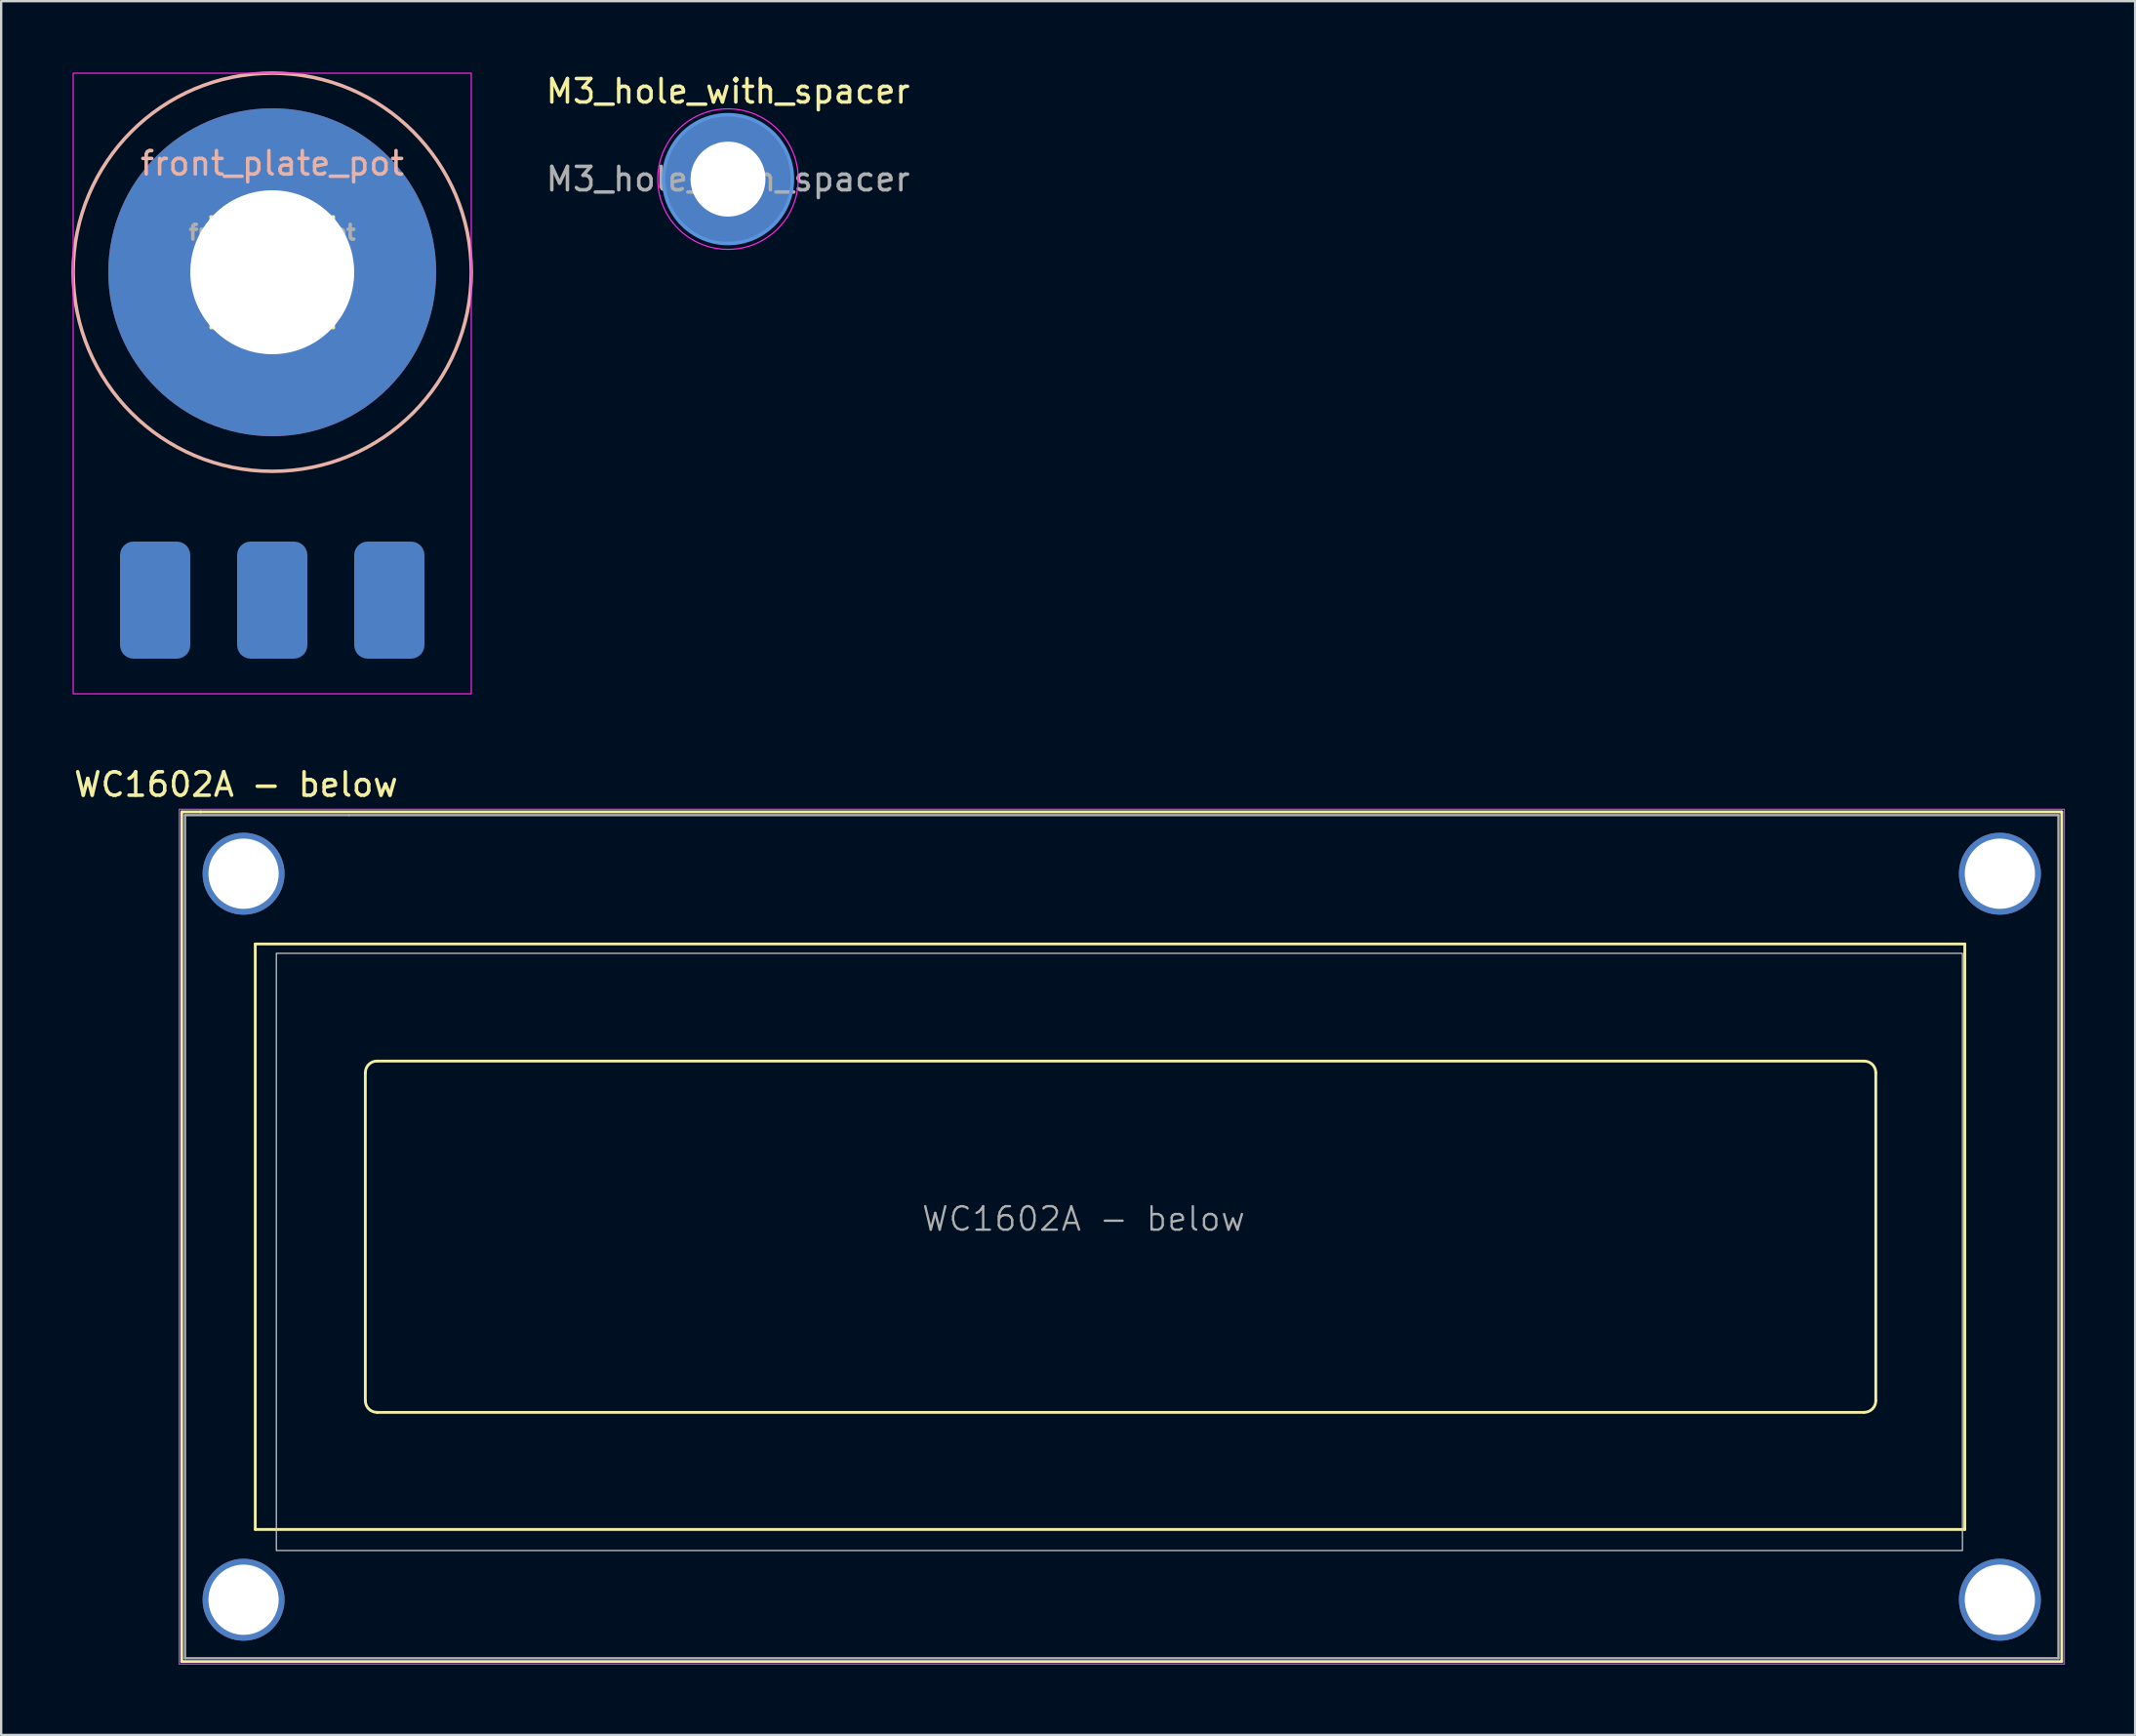
<source format=kicad_pcb>
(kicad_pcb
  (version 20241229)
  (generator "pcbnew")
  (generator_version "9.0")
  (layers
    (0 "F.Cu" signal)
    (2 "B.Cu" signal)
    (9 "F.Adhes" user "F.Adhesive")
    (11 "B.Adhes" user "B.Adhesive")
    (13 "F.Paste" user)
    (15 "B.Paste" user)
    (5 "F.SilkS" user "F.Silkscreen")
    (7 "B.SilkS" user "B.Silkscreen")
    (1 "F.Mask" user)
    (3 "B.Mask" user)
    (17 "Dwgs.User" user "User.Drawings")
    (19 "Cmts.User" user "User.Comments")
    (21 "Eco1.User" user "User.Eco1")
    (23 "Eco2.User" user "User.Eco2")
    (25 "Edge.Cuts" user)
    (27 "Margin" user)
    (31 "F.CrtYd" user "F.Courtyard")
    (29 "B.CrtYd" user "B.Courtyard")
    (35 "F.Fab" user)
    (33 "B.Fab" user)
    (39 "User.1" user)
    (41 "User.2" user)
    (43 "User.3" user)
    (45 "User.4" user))
  (footprint "M3_hole_with_spacer"
    (layer "F.Cu")
    (at 28.037 4.598)
    (property "Reference" "M3_hole_with_spacer" (at 0 -3.75 0) (layer "F.SilkS") (effects (font (size 1 1) (thickness 0.15))))
    (attr exclude_from_pos_files exclude_from_bom)
    (fp_circle (center 0 0) (end 2.75 0) (stroke (width 0.15) (type solid)) (fill no) (layer "Cmts.User"))
    (fp_circle (center 0 0) (end 3 0) (stroke (width 0.05) (type solid)) (fill no) (layer "F.CrtYd"))
    (fp_text user "${REFERENCE}" (at 0 0 0) (layer "F.Fab") (effects (font (size 1 1) (thickness 0.15))))
    (pad "1" thru_hole circle (at 0 0) (size 3.6 3.6) (drill 3.2) (layers "*.Cu" "*.Mask"))
    (pad "1" connect circle (at 0 0) (size 5.5 5.5) (layers "F.Cu" "F.Mask"))
    (pad "1" connect circle (at 0 0) (size 5.5 5.5) (layers "B.Cu" "B.Mask")))
  (footprint "WC1602A - below"
    (layer "F.Cu")
    (at 12.85 34.258)
    (property "Reference" "WC1602A - below" (at -5.82 -3.81 0) (layer "F.SilkS") (effects (font (size 1 1) (thickness 0.15))))
    (attr through_hole)
    (fp_line (start -8.14 -2.64) (end -8.14 33.64) (stroke (width 0.12) (type solid)) (layer "F.SilkS"))
    (fp_line (start -8.14 33.64) (end 72.14 33.64) (stroke (width 0.12) (type solid)) (layer "F.SilkS"))
    (fp_line (start -8.13 -2.64) (end -7.34 -2.64) (stroke (width 0.12) (type solid)) (layer "F.SilkS"))
    (fp_line (start -5 3) (end 68 3) (stroke (width 0.12) (type solid)) (layer "F.SilkS"))
    (fp_line (start -5 28) (end -5 3) (stroke (width 0.12) (type solid)) (layer "F.SilkS"))
    (fp_line (start -0.3 22.499) (end -0.3 8.5) (stroke (width 0.12) (type solid)) (layer "F.SilkS"))
    (fp_line (start 0.2 8) (end 63.7 8) (stroke (width 0.12) (type solid)) (layer "F.SilkS"))
    (fp_line (start 63.701 23) (end 0.2 23) (stroke (width 0.12) (type solid)) (layer "F.SilkS"))
    (fp_line (start 64.2 8.5) (end 64.2 22.5) (stroke (width 0.12) (type solid)) (layer "F.SilkS"))
    (fp_line (start 68 3) (end 68 28) (stroke (width 0.12) (type solid)) (layer "F.SilkS"))
    (fp_line (start 68 28) (end -5 28) (stroke (width 0.12) (type solid)) (layer "F.SilkS"))
    (fp_line (start 72.14 -2.64) (end -7.34 -2.64) (stroke (width 0.12) (type solid)) (layer "F.SilkS"))
    (fp_line (start 72.14 33.64) (end 72.14 -2.64) (stroke (width 0.12) (type solid)) (layer "F.SilkS"))
    (fp_arc (start -0.29972 8.49884) (mid -0.153162 8.145018) (end 0.20066 7.99846) (stroke (width 0.12) (type solid)) (layer "F.SilkS"))
    (fp_arc (start 0.20066 22.9997) (mid -0.153162 22.853142) (end -0.29972 22.49932) (stroke (width 0.12) (type solid)) (layer "F.SilkS"))
    (fp_arc (start 63.7 8) (mid 64.053553 8.146447) (end 64.2 8.5) (stroke (width 0.12) (type solid)) (layer "F.SilkS"))
    (fp_arc (start 64.20104 22.49932) (mid 64.054482 22.853142) (end 63.70066 22.9997) (stroke (width 0.12) (type solid)) (layer "F.SilkS"))
    (fp_rect (start -4.1 3.4) (end 67.9 28.9) (stroke (width 0.05) (type default)) (fill no) (layer "Edge.Cuts"))
    (fp_line (start -8.25 -2.75) (end -8.25 33.75) (stroke (width 0.05) (type solid)) (layer "F.CrtYd"))
    (fp_line (start -8.25 -2.75) (end 72.25 -2.75) (stroke (width 0.05) (type solid)) (layer "F.CrtYd"))
    (fp_line (start -8.25 33.75) (end 72.25 33.75) (stroke (width 0.05) (type solid)) (layer "F.CrtYd"))
    (fp_line (start 72.25 -2.75) (end 72.25 33.75) (stroke (width 0.05) (type solid)) (layer "F.CrtYd"))
    (fp_line (start -8 33.5) (end -8 -2.5) (stroke (width 0.1) (type solid)) (layer "F.Fab"))
    (fp_line (start -1 -2.5) (end -8 -2.5) (stroke (width 0.1) (type solid)) (layer "F.Fab"))
    (fp_line (start -1 -2.5) (end 72 -2.5) (stroke (width 0.1) (type solid)) (layer "F.Fab"))
    (fp_line (start 72 -2.5) (end 72 33.5) (stroke (width 0.1) (type solid)) (layer "F.Fab"))
    (fp_line (start 72 33.5) (end -8 33.5) (stroke (width 0.1) (type solid)) (layer "F.Fab"))
    (fp_text user "${REFERENCE}" (at 30.37 14.74 0) (layer "F.Fab") (effects (font (size 1 1) (thickness 0.1))))
    (pad "" thru_hole circle (at -5.499 0) (size 3.5 3.5) (drill 3) (layers "*.Cu" "*.Mask"))
    (pad "" thru_hole circle (at -5.499 31.001) (size 3.5 3.5) (drill 3) (layers "*.Cu" "*.Mask"))
    (pad "" thru_hole circle (at 69.499 31.001) (size 3.5 3.5) (drill 3) (layers "*.Cu" "*.Mask"))
    (pad "" thru_hole circle (at 69.5 0) (size 3.5 3.5) (drill 3) (layers "*.Cu" "*.Mask")))
  (footprint "front_plate_pot"
    (layer "F.Cu")
    (at 8.575 8.575)
    (property "Reference" "front_plate_pot" (at 0 -4.65 0) (layer "B.SilkS") (effects (font (size 1 1) (thickness 0.15))))
    (attr smd)
    (fp_line (start -2.62 -2.37) (end -2.62 2.37) (stroke (width 0.12) (type solid)) (layer "F.SilkS"))
    (fp_line (start -2.62 -2.37) (end -2.06 -2.37) (stroke (width 0.12) (type solid)) (layer "F.SilkS"))
    (fp_line (start -2.62 2.37) (end -1.26 2.37) (stroke (width 0.12) (type solid)) (layer "F.SilkS"))
    (fp_line (start -0.24 -2.37) (end 0.24 -2.37) (stroke (width 0.12) (type solid)) (layer "F.SilkS"))
    (fp_line (start 1.26 2.37) (end 2.62 2.37) (stroke (width 0.12) (type solid)) (layer "F.SilkS"))
    (fp_line (start 2.06 -2.37) (end 2.62 -2.37) (stroke (width 0.12) (type solid)) (layer "F.SilkS"))
    (fp_line (start 2.62 -2.37) (end 2.62 2.37) (stroke (width 0.12) (type solid)) (layer "F.SilkS"))
    (fp_circle (center 0 0) (end 8.5 0) (stroke (width 0.15) (type default)) (fill no) (layer "B.SilkS"))
    (fp_rect (start -8.5 -8.5) (end 8.5 18) (stroke (width 0.05) (type default)) (fill no) (layer "F.CrtYd"))
    (fp_line (start -2.5 -2.25) (end -2.5 2.25) (stroke (width 0.1) (type solid)) (layer "F.Fab"))
    (fp_line (start -2.5 2.25) (end 2.5 2.25) (stroke (width 0.1) (type solid)) (layer "F.Fab"))
    (fp_line (start 2.5 -2.25) (end -2.5 -2.25) (stroke (width 0.1) (type solid)) (layer "F.Fab"))
    (fp_line (start 2.5 2.25) (end 2.5 -2.25) (stroke (width 0.1) (type solid)) (layer "F.Fab"))
    (fp_text user "${REFERENCE}" (at 0 -1.7 0) (layer "F.Fab") (effects (font (size 0.63 0.63) (thickness 0.15))))
    (pad "1" smd roundrect (at -5 14) (size 3 5) (layers "B.Cu" "B.Mask" "B.Paste") (roundrect_rratio 0.192))
    (pad "2" smd roundrect (at 0 14) (size 3 5) (layers "B.Cu" "B.Mask" "B.Paste") (roundrect_rratio 0.192))
    (pad "3" smd roundrect (at 5 14) (size 3 5) (layers "B.Cu" "B.Mask" "B.Paste") (roundrect_rratio 0.192))
    (pad "MH" thru_hole circle (at 0 0) (size 14 14) (drill 7) (layers "*.Cu" "*.Mask")))
  (gr_rect
    (start -3 -3)
    (end 88.125 71.033)
    (stroke (width 0.1) (type default))
    (fill no)
    (layer "Edge.Cuts")))
</source>
